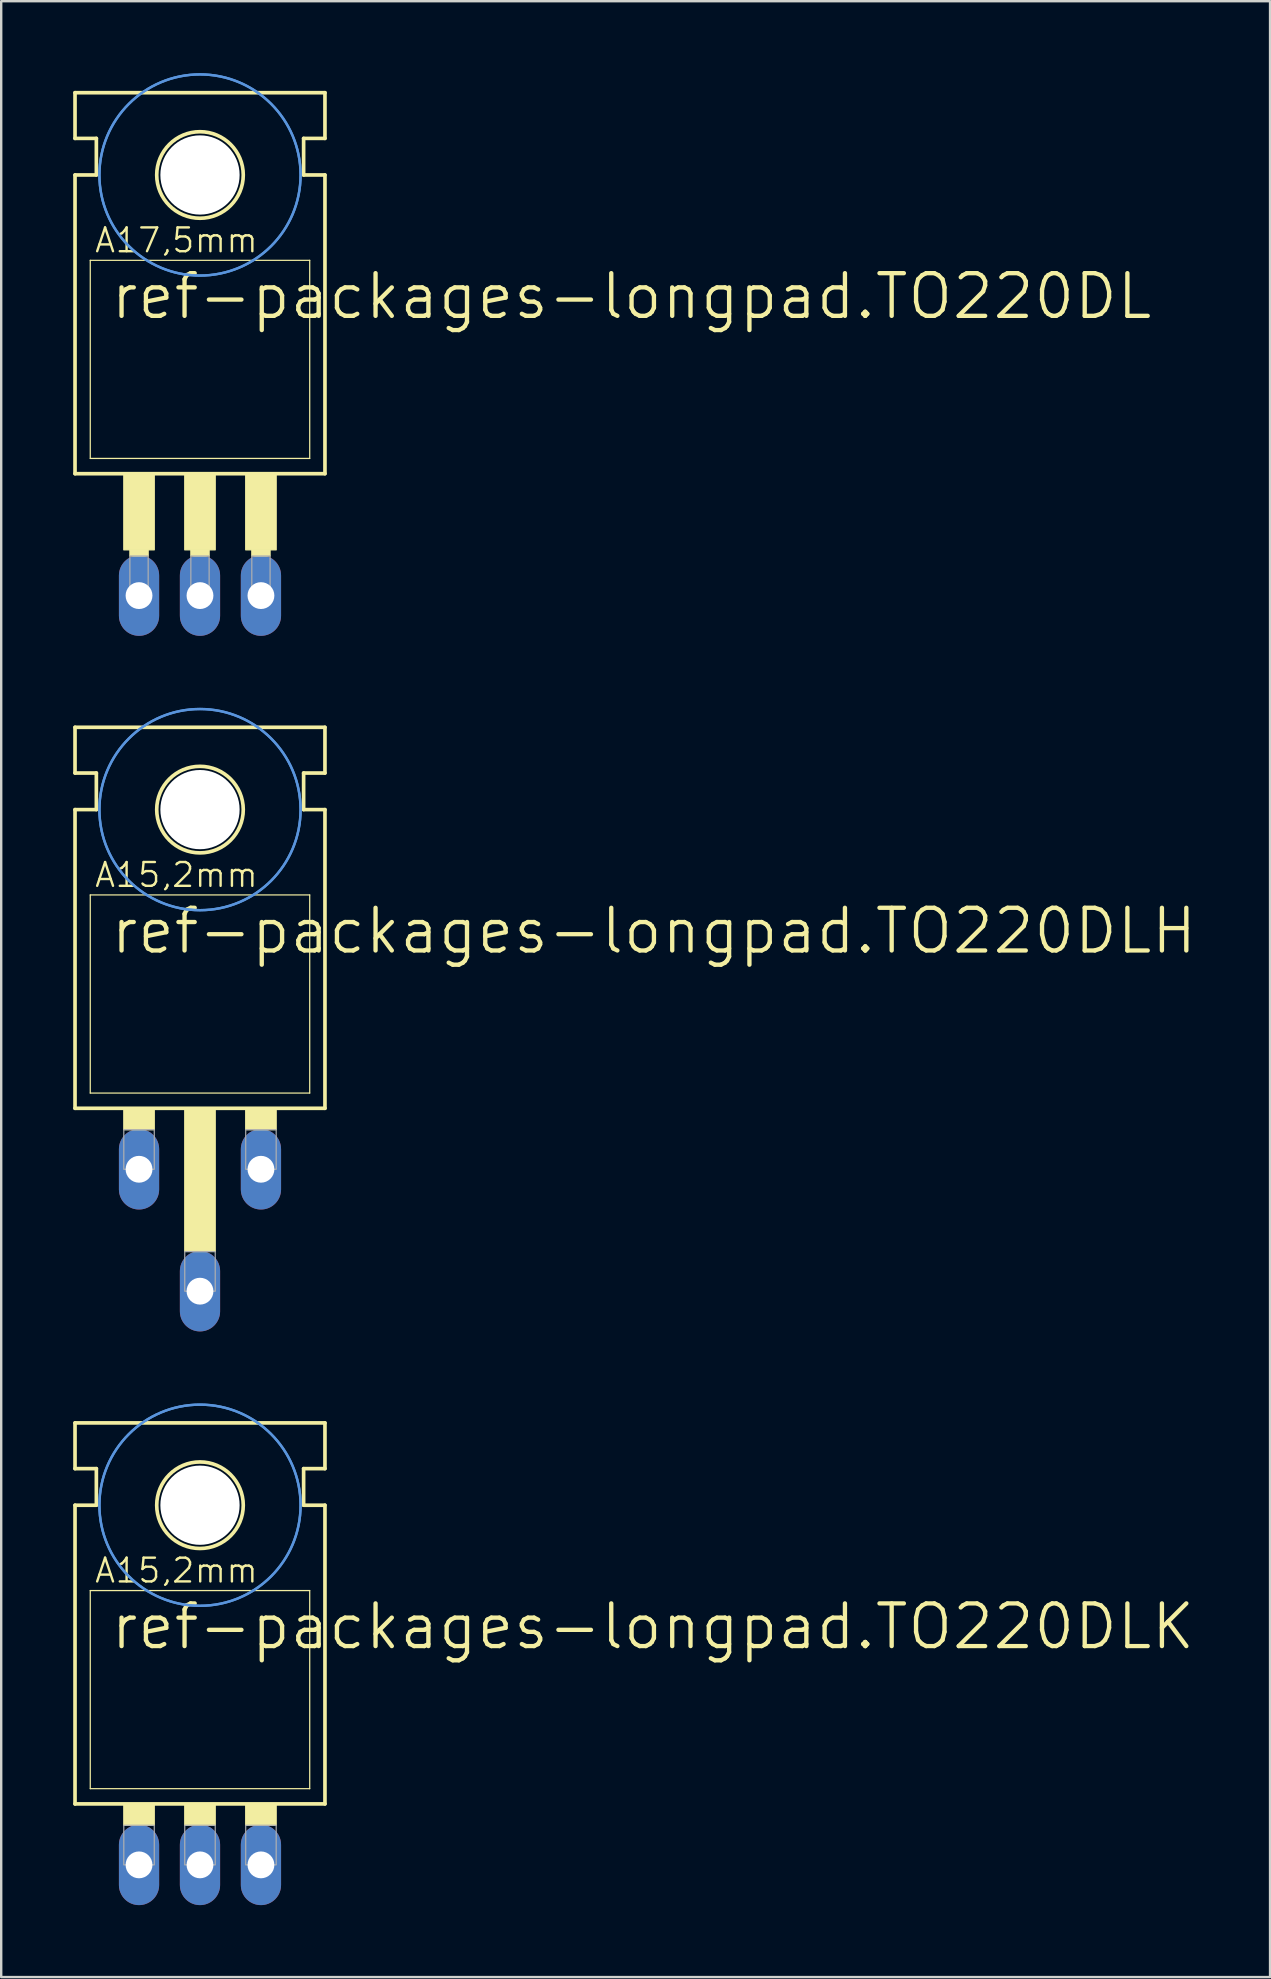
<source format=kicad_pcb>
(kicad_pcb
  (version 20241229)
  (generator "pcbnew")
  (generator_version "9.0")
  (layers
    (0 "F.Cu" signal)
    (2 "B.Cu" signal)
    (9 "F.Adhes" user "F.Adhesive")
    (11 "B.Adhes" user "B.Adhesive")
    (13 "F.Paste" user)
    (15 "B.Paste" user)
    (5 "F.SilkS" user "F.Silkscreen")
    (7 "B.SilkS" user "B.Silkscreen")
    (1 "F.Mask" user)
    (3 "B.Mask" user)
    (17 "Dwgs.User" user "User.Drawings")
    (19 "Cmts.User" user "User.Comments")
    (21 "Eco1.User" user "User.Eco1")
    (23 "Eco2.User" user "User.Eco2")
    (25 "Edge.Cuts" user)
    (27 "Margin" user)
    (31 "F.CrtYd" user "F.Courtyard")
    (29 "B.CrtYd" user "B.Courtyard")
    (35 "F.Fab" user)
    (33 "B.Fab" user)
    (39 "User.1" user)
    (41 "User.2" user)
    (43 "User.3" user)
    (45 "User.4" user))
  (footprint "ref-packages-longpad.TO220DLK"
    (layer "F.Cu")
    (at 5.283 70.844)
    (property "Reference" "ref-packages-longpad.TO220DLK" (at -3.81 -5.08 0) (layer "F.SilkS") (effects (font (size 1.778 1.778) (thickness 0.18)) (justify left bottom)))
    (attr through_hole)
    (fp_line (start -5.207 -12.7) (end -5.207 -14.605) (stroke (width 0.152) (type default)) (layer "F.SilkS"))
    (fp_line (start -5.207 -11.176) (end -4.318 -11.176) (stroke (width 0.152) (type default)) (layer "F.SilkS"))
    (fp_line (start -5.207 1.27) (end -5.207 -11.176) (stroke (width 0.152) (type default)) (layer "F.SilkS"))
    (fp_line (start -5.207 1.27) (end 5.207 1.27) (stroke (width 0.152) (type default)) (layer "F.SilkS"))
    (fp_line (start -4.572 0.635) (end -4.572 -7.62) (stroke (width 0.051) (type default)) (layer "F.SilkS"))
    (fp_line (start -4.572 0.635) (end 4.572 0.635) (stroke (width 0.051) (type default)) (layer "F.SilkS"))
    (fp_line (start -4.318 -12.7) (end -5.207 -12.7) (stroke (width 0.152) (type default)) (layer "F.SilkS"))
    (fp_line (start -4.318 -11.176) (end -4.318 -12.7) (stroke (width 0.152) (type default)) (layer "F.SilkS"))
    (fp_line (start 4.318 -12.7) (end 5.207 -12.7) (stroke (width 0.152) (type default)) (layer "F.SilkS"))
    (fp_line (start 4.318 -11.176) (end 4.318 -12.7) (stroke (width 0.152) (type default)) (layer "F.SilkS"))
    (fp_line (start 4.572 -7.62) (end -4.572 -7.62) (stroke (width 0.051) (type default)) (layer "F.SilkS"))
    (fp_line (start 4.572 -7.62) (end 4.572 0.635) (stroke (width 0.051) (type default)) (layer "F.SilkS"))
    (fp_line (start 5.207 -14.605) (end -5.207 -14.605) (stroke (width 0.152) (type default)) (layer "F.SilkS"))
    (fp_line (start 5.207 -12.7) (end 5.207 -14.605) (stroke (width 0.152) (type default)) (layer "F.SilkS"))
    (fp_line (start 5.207 -11.176) (end 4.318 -11.176) (stroke (width 0.152) (type default)) (layer "F.SilkS"))
    (fp_line (start 5.207 1.27) (end 5.207 -11.176) (stroke (width 0.152) (type default)) (layer "F.SilkS"))
    (fp_rect (start -3.175 2.159) (end -1.905 1.27) (stroke (width 0.05) (type default)) (fill yes) (layer "F.SilkS"))
    (fp_rect (start -0.635 2.159) (end 0.635 1.27) (stroke (width 0.05) (type default)) (fill yes) (layer "F.SilkS"))
    (fp_rect (start 1.905 2.159) (end 3.175 1.27) (stroke (width 0.05) (type default)) (fill yes) (layer "F.SilkS"))
    (fp_circle (center 0 -11.176) (end 1.803 -11.176) (stroke (width 0.152) (type default)) (fill no) (layer "F.SilkS"))
    (fp_circle (center 0 -11.176) (end 4.191 -11.176) (stroke (width 0.1) (type default)) (fill no) (layer "Cmts.User"))
    (fp_circle (center 0 -11.176) (end 4.191 -11.176) (stroke (width 0.1) (type default)) (fill no) (layer "Cmts.User"))
    (fp_rect (start -3.175 3.81) (end -1.905 2.159) (stroke (width 0.05) (type default)) (fill no) (layer "F.Fab"))
    (fp_rect (start -0.635 3.81) (end 0.635 2.159) (stroke (width 0.05) (type default)) (fill no) (layer "F.Fab"))
    (fp_rect (start 1.905 3.81) (end 3.175 2.159) (stroke (width 0.05) (type default)) (fill no) (layer "F.Fab"))
    (fp_text user "A15,2mm" (at -4.445 -7.874 0) (layer "F.SilkS") (effects (font (size 0.991 0.991) (thickness 0.1)) (justify left bottom)))
    (pad "" np_thru_hole circle (at 0 -11.176) (size 3.302 3.302) (drill 3.302) (layers "*.Cu" "*.Mask"))
    (pad "A1" thru_hole oval (at -2.54 3.81 90) (size 3.353 1.676) (drill 1.118) (layers "*.Cu" "*.Mask"))
    (pad "A2" thru_hole oval (at 0 3.81 90) (size 3.353 1.676) (drill 1.118) (layers "*.Cu" "*.Mask"))
    (pad "G" thru_hole oval (at 2.54 3.81 90) (size 3.353 1.676) (drill 1.118) (layers "*.Cu" "*.Mask")))
  (footprint "ref-packages-longpad.TO220DLH"
    (layer "F.Cu")
    (at 5.283 41.86)
    (property "Reference" "ref-packages-longpad.TO220DLH" (at -3.81 -5.08 0) (layer "F.SilkS") (effects (font (size 1.778 1.778) (thickness 0.18)) (justify left bottom)))
    (attr through_hole)
    (fp_line (start -5.207 -12.7) (end -5.207 -14.605) (stroke (width 0.152) (type default)) (layer "F.SilkS"))
    (fp_line (start -5.207 -11.176) (end -4.318 -11.176) (stroke (width 0.152) (type default)) (layer "F.SilkS"))
    (fp_line (start -5.207 1.27) (end -5.207 -11.176) (stroke (width 0.152) (type default)) (layer "F.SilkS"))
    (fp_line (start -5.207 1.27) (end 5.207 1.27) (stroke (width 0.152) (type default)) (layer "F.SilkS"))
    (fp_line (start -4.572 0.635) (end -4.572 -7.62) (stroke (width 0.051) (type default)) (layer "F.SilkS"))
    (fp_line (start -4.572 0.635) (end 4.572 0.635) (stroke (width 0.051) (type default)) (layer "F.SilkS"))
    (fp_line (start -4.318 -12.7) (end -5.207 -12.7) (stroke (width 0.152) (type default)) (layer "F.SilkS"))
    (fp_line (start -4.318 -11.176) (end -4.318 -12.7) (stroke (width 0.152) (type default)) (layer "F.SilkS"))
    (fp_line (start 4.318 -12.7) (end 5.207 -12.7) (stroke (width 0.152) (type default)) (layer "F.SilkS"))
    (fp_line (start 4.318 -11.176) (end 4.318 -12.7) (stroke (width 0.152) (type default)) (layer "F.SilkS"))
    (fp_line (start 4.572 -7.62) (end -4.572 -7.62) (stroke (width 0.051) (type default)) (layer "F.SilkS"))
    (fp_line (start 4.572 -7.62) (end 4.572 0.635) (stroke (width 0.051) (type default)) (layer "F.SilkS"))
    (fp_line (start 5.207 -14.605) (end -5.207 -14.605) (stroke (width 0.152) (type default)) (layer "F.SilkS"))
    (fp_line (start 5.207 -12.7) (end 5.207 -14.605) (stroke (width 0.152) (type default)) (layer "F.SilkS"))
    (fp_line (start 5.207 -11.176) (end 4.318 -11.176) (stroke (width 0.152) (type default)) (layer "F.SilkS"))
    (fp_line (start 5.207 1.27) (end 5.207 -11.176) (stroke (width 0.152) (type default)) (layer "F.SilkS"))
    (fp_rect (start -3.175 2.159) (end -1.905 1.27) (stroke (width 0.05) (type default)) (fill yes) (layer "F.SilkS"))
    (fp_rect (start -0.635 7.239) (end 0.635 1.27) (stroke (width 0.05) (type default)) (fill yes) (layer "F.SilkS"))
    (fp_rect (start 1.905 2.159) (end 3.175 1.27) (stroke (width 0.05) (type default)) (fill yes) (layer "F.SilkS"))
    (fp_circle (center 0 -11.176) (end 1.803 -11.176) (stroke (width 0.152) (type default)) (fill no) (layer "F.SilkS"))
    (fp_circle (center 0 -11.176) (end 4.191 -11.176) (stroke (width 0.1) (type default)) (fill no) (layer "Cmts.User"))
    (fp_circle (center 0 -11.176) (end 4.191 -11.176) (stroke (width 0.1) (type default)) (fill no) (layer "Cmts.User"))
    (fp_rect (start -3.175 3.81) (end -1.905 2.159) (stroke (width 0.05) (type default)) (fill no) (layer "F.Fab"))
    (fp_rect (start -0.635 8.89) (end 0.635 7.239) (stroke (width 0.05) (type default)) (fill no) (layer "F.Fab"))
    (fp_rect (start 1.905 3.81) (end 3.175 2.159) (stroke (width 0.05) (type default)) (fill no) (layer "F.Fab"))
    (fp_text user "A15,2mm" (at -4.445 -7.874 0) (layer "F.SilkS") (effects (font (size 0.991 0.991) (thickness 0.1)) (justify left bottom)))
    (pad "" np_thru_hole circle (at 0 -11.176) (size 3.302 3.302) (drill 3.302) (layers "*.Cu" "*.Mask"))
    (pad "A1" thru_hole oval (at -2.54 3.81 90) (size 3.353 1.676) (drill 1.118) (layers "*.Cu" "*.Mask"))
    (pad "A2" thru_hole oval (at 0 8.89 90) (size 3.353 1.676) (drill 1.118) (layers "*.Cu" "*.Mask"))
    (pad "G" thru_hole oval (at 2.54 3.81 90) (size 3.353 1.676) (drill 1.118) (layers "*.Cu" "*.Mask")))
  (footprint "ref-packages-longpad.TO220DL"
    (layer "F.Cu")
    (at 5.283 15.417)
    (property "Reference" "ref-packages-longpad.TO220DL" (at -3.81 -5.08 0) (layer "F.SilkS") (effects (font (size 1.778 1.778) (thickness 0.18)) (justify left bottom)))
    (attr through_hole)
    (fp_line (start -5.207 -12.7) (end -5.207 -14.605) (stroke (width 0.152) (type default)) (layer "F.SilkS"))
    (fp_line (start -5.207 -11.176) (end -4.318 -11.176) (stroke (width 0.152) (type default)) (layer "F.SilkS"))
    (fp_line (start -5.207 1.27) (end -5.207 -11.176) (stroke (width 0.152) (type default)) (layer "F.SilkS"))
    (fp_line (start -5.207 1.27) (end 5.207 1.27) (stroke (width 0.152) (type default)) (layer "F.SilkS"))
    (fp_line (start -4.572 0.635) (end -4.572 -7.62) (stroke (width 0.051) (type default)) (layer "F.SilkS"))
    (fp_line (start -4.572 0.635) (end 4.572 0.635) (stroke (width 0.051) (type default)) (layer "F.SilkS"))
    (fp_line (start -4.318 -12.7) (end -5.207 -12.7) (stroke (width 0.152) (type default)) (layer "F.SilkS"))
    (fp_line (start -4.318 -11.176) (end -4.318 -12.7) (stroke (width 0.152) (type default)) (layer "F.SilkS"))
    (fp_line (start 4.318 -12.7) (end 5.207 -12.7) (stroke (width 0.152) (type default)) (layer "F.SilkS"))
    (fp_line (start 4.318 -11.176) (end 4.318 -12.7) (stroke (width 0.152) (type default)) (layer "F.SilkS"))
    (fp_line (start 4.572 -7.62) (end -4.572 -7.62) (stroke (width 0.051) (type default)) (layer "F.SilkS"))
    (fp_line (start 4.572 -7.62) (end 4.572 0.635) (stroke (width 0.051) (type default)) (layer "F.SilkS"))
    (fp_line (start 5.207 -14.605) (end -5.207 -14.605) (stroke (width 0.152) (type default)) (layer "F.SilkS"))
    (fp_line (start 5.207 -12.7) (end 5.207 -14.605) (stroke (width 0.152) (type default)) (layer "F.SilkS"))
    (fp_line (start 5.207 -11.176) (end 4.318 -11.176) (stroke (width 0.152) (type default)) (layer "F.SilkS"))
    (fp_line (start 5.207 1.27) (end 5.207 -11.176) (stroke (width 0.152) (type default)) (layer "F.SilkS"))
    (fp_rect (start -3.175 4.445) (end -1.905 1.27) (stroke (width 0.05) (type default)) (fill yes) (layer "F.SilkS"))
    (fp_rect (start -2.921 4.699) (end -2.159 4.445) (stroke (width 0.05) (type default)) (fill yes) (layer "F.SilkS"))
    (fp_rect (start -0.635 4.445) (end 0.635 1.27) (stroke (width 0.05) (type default)) (fill yes) (layer "F.SilkS"))
    (fp_rect (start -0.381 4.699) (end 0.381 4.445) (stroke (width 0.05) (type default)) (fill yes) (layer "F.SilkS"))
    (fp_rect (start 1.905 4.445) (end 3.175 1.27) (stroke (width 0.05) (type default)) (fill yes) (layer "F.SilkS"))
    (fp_rect (start 2.159 4.699) (end 2.921 4.445) (stroke (width 0.05) (type default)) (fill yes) (layer "F.SilkS"))
    (fp_circle (center 0 -11.176) (end 1.803 -11.176) (stroke (width 0.152) (type default)) (fill no) (layer "F.SilkS"))
    (fp_circle (center 0 -11.176) (end 4.191 -11.176) (stroke (width 0.1) (type default)) (fill no) (layer "Cmts.User"))
    (fp_circle (center 0 -11.176) (end 4.191 -11.176) (stroke (width 0.1) (type default)) (fill no) (layer "Cmts.User"))
    (fp_rect (start -2.921 6.477) (end -2.159 4.699) (stroke (width 0.05) (type default)) (fill no) (layer "F.Fab"))
    (fp_rect (start -0.381 6.477) (end 0.381 4.699) (stroke (width 0.05) (type default)) (fill no) (layer "F.Fab"))
    (fp_rect (start 2.159 6.477) (end 2.921 4.699) (stroke (width 0.05) (type default)) (fill no) (layer "F.Fab"))
    (fp_text user "A17,5mm" (at -4.445 -7.874 0) (layer "F.SilkS") (effects (font (size 0.991 0.991) (thickness 0.1)) (justify left bottom)))
    (pad "" np_thru_hole circle (at 0 -11.176) (size 3.302 3.302) (drill 3.302) (layers "*.Cu" "*.Mask"))
    (pad "A1" thru_hole oval (at -2.54 6.35 90) (size 3.353 1.676) (drill 1.118) (layers "*.Cu" "*.Mask"))
    (pad "A2" thru_hole oval (at 0 6.35 90) (size 3.353 1.676) (drill 1.118) (layers "*.Cu" "*.Mask"))
    (pad "G" thru_hole oval (at 2.54 6.35 90) (size 3.353 1.676) (drill 1.118) (layers "*.Cu" "*.Mask")))
  (gr_rect
    (start -3 -3)
    (end 49.87 79.33)
    (stroke (width 0.1) (type default))
    (fill no)
    (layer "Edge.Cuts")))
</source>
